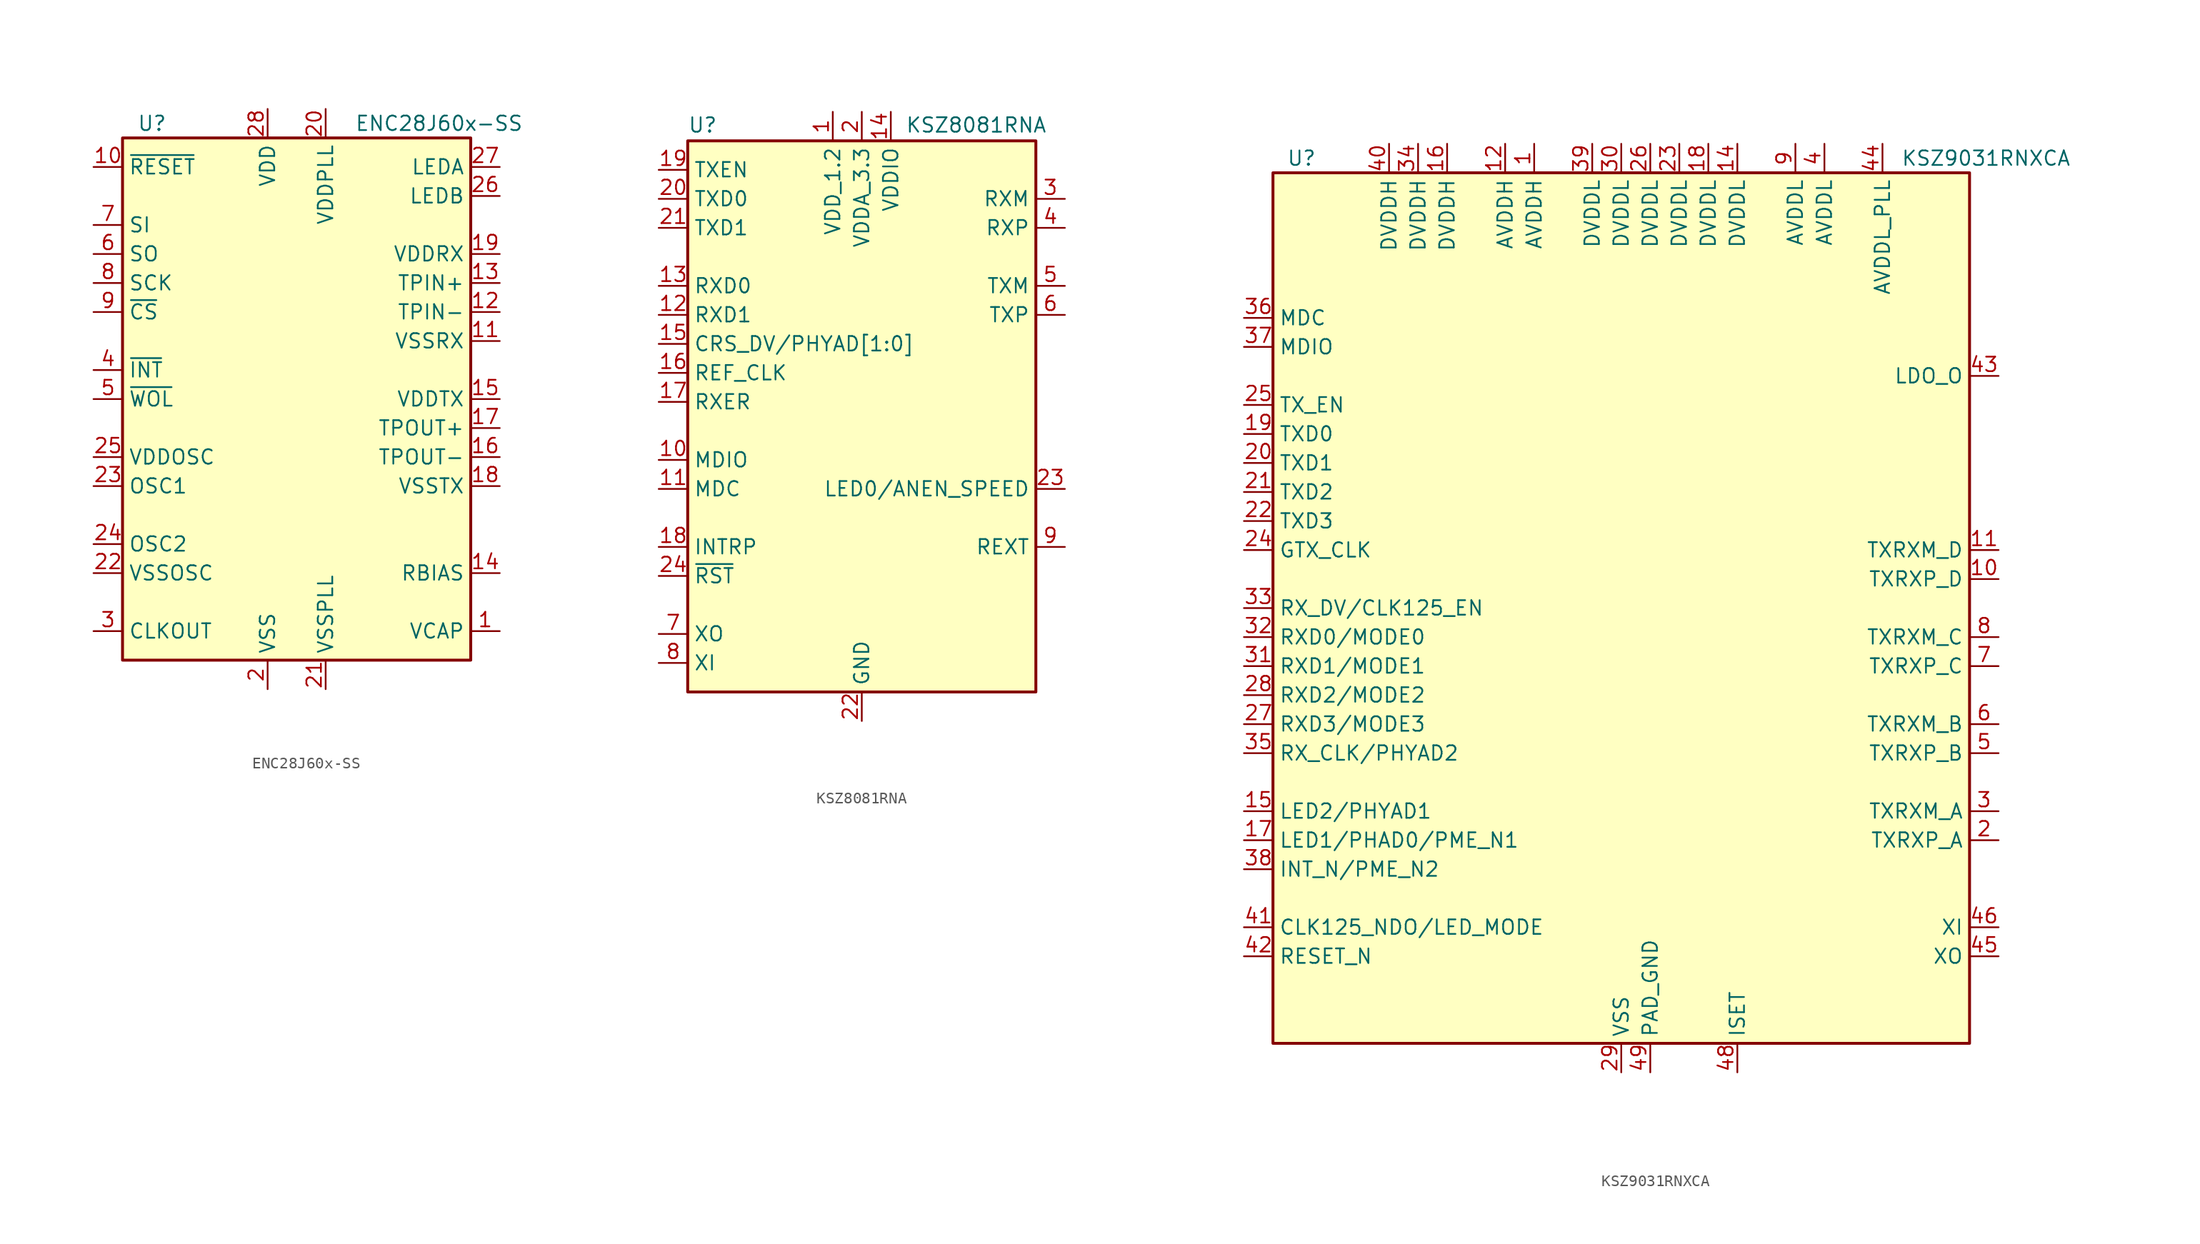
<source format=kicad_sym>
(kicad_symbol_lib
  (version 20220914)
  (generator kicad_symbol_editor)
  (symbol "ENC28J60x-SS"
    (property "Reference" "U"
      (at -13.97 24.13 0)
      (effects (font (size 1.27 1.27)) (justify left)))
    (property "Value" "ENC28J60x-SS"
      (at 5.08 24.13 0)
      (effects (font (size 1.27 1.27)) (justify left)))
    (symbol "ENC28J60x-SS_0_1"
      (rectangle (start -15.24 22.86) (end 15.24 -22.86) (stroke (width 0.254) (type default)) (fill (type background))))
    (symbol "ENC28J60x-SS_1_1"
      (pin input line (at 17.78 -20.32 180) (length 2.54) (name "VCAP" (effects (font (size 1.27 1.27)))) (number "1" (effects (font (size 1.27 1.27)))))
      (pin input line (at -17.78 20.32 0) (length 2.54) (name "~{RESET}" (effects (font (size 1.27 1.27)))) (number "10" (effects (font (size 1.27 1.27)))))
      (pin power_in line (at 17.78 5.08 180) (length 2.54) (name "VSSRX" (effects (font (size 1.27 1.27)))) (number "11" (effects (font (size 1.27 1.27)))))
      (pin input line (at 17.78 7.62 180) (length 2.54) (name "TPIN-" (effects (font (size 1.27 1.27)))) (number "12" (effects (font (size 1.27 1.27)))))
      (pin input line (at 17.78 10.16 180) (length 2.54) (name "TPIN+" (effects (font (size 1.27 1.27)))) (number "13" (effects (font (size 1.27 1.27)))))
      (pin input line (at 17.78 -15.24 180) (length 2.54) (name "RBIAS" (effects (font (size 1.27 1.27)))) (number "14" (effects (font (size 1.27 1.27)))))
      (pin power_in line (at 17.78 0 180) (length 2.54) (name "VDDTX" (effects (font (size 1.27 1.27)))) (number "15" (effects (font (size 1.27 1.27)))))
      (pin output line (at 17.78 -5.08 180) (length 2.54) (name "TPOUT-" (effects (font (size 1.27 1.27)))) (number "16" (effects (font (size 1.27 1.27)))))
      (pin output line (at 17.78 -2.54 180) (length 2.54) (name "TPOUT+" (effects (font (size 1.27 1.27)))) (number "17" (effects (font (size 1.27 1.27)))))
      (pin power_in line (at 17.78 -7.62 180) (length 2.54) (name "VSSTX" (effects (font (size 1.27 1.27)))) (number "18" (effects (font (size 1.27 1.27)))))
      (pin power_in line (at 17.78 12.7 180) (length 2.54) (name "VDDRX" (effects (font (size 1.27 1.27)))) (number "19" (effects (font (size 1.27 1.27)))))
      (pin power_in line (at -2.54 -25.4 90) (length 2.54) (name "VSS" (effects (font (size 1.27 1.27)))) (number "2" (effects (font (size 1.27 1.27)))))
      (pin power_in line (at 2.54 25.4 270) (length 2.54) (name "VDDPLL" (effects (font (size 1.27 1.27)))) (number "20" (effects (font (size 1.27 1.27)))))
      (pin power_in line (at 2.54 -25.4 90) (length 2.54) (name "VSSPLL" (effects (font (size 1.27 1.27)))) (number "21" (effects (font (size 1.27 1.27)))))
      (pin power_in line (at -17.78 -15.24 0) (length 2.54) (name "VSSOSC" (effects (font (size 1.27 1.27)))) (number "22" (effects (font (size 1.27 1.27)))))
      (pin input line (at -17.78 -7.62 0) (length 2.54) (name "OSC1" (effects (font (size 1.27 1.27)))) (number "23" (effects (font (size 1.27 1.27)))))
      (pin input line (at -17.78 -12.7 0) (length 2.54) (name "OSC2" (effects (font (size 1.27 1.27)))) (number "24" (effects (font (size 1.27 1.27)))))
      (pin power_in line (at -17.78 -5.08 0) (length 2.54) (name "VDDOSC" (effects (font (size 1.27 1.27)))) (number "25" (effects (font (size 1.27 1.27)))))
      (pin output line (at 17.78 17.78 180) (length 2.54) (name "LEDB" (effects (font (size 1.27 1.27)))) (number "26" (effects (font (size 1.27 1.27)))))
      (pin output line (at 17.78 20.32 180) (length 2.54) (name "LEDA" (effects (font (size 1.27 1.27)))) (number "27" (effects (font (size 1.27 1.27)))))
      (pin power_in line (at -2.54 25.4 270) (length 2.54) (name "VDD" (effects (font (size 1.27 1.27)))) (number "28" (effects (font (size 1.27 1.27)))))
      (pin output line (at -17.78 -20.32 0) (length 2.54) (name "CLKOUT" (effects (font (size 1.27 1.27)))) (number "3" (effects (font (size 1.27 1.27)))))
      (pin output line (at -17.78 2.54 0) (length 2.54) (name "~{INT}" (effects (font (size 1.27 1.27)))) (number "4" (effects (font (size 1.27 1.27)))))
      (pin output line (at -17.78 0 0) (length 2.54) (name "~{WOL}" (effects (font (size 1.27 1.27)))) (number "5" (effects (font (size 1.27 1.27)))))
      (pin output line (at -17.78 12.7 0) (length 2.54) (name "SO" (effects (font (size 1.27 1.27)))) (number "6" (effects (font (size 1.27 1.27)))))
      (pin input line (at -17.78 15.24 0) (length 2.54) (name "SI" (effects (font (size 1.27 1.27)))) (number "7" (effects (font (size 1.27 1.27)))))
      (pin input line (at -17.78 10.16 0) (length 2.54) (name "SCK" (effects (font (size 1.27 1.27)))) (number "8" (effects (font (size 1.27 1.27)))))
      (pin input line (at -17.78 7.62 0) (length 2.54) (name "~{CS}" (effects (font (size 1.27 1.27)))) (number "9" (effects (font (size 1.27 1.27)))))))
  (symbol "KSZ8081RNA"
    (property "Reference" "U"
      (at -15.24 26.035 0)
      (effects (font (size 1.27 1.27)) (justify left bottom)))
    (property "Value" "KSZ8081RNA"
      (at 3.81 26.035 0)
      (effects (font (size 1.27 1.27)) (justify left bottom)))
    (symbol "KSZ8081RNA_0_1"
      (rectangle (start -15.24 25.4) (end 15.24 -22.86) (stroke (width 0.254) (type default)) (fill (type background))))
    (symbol "KSZ8081RNA_1_1"
      (pin power_out line (at -2.54 27.94 270) (length 2.54) (name "VDD_1.2" (effects (font (size 1.27 1.27)))) (number "1" (effects (font (size 1.27 1.27)))))
      (pin bidirectional line (at -17.78 -2.54 0) (length 2.54) (name "MDIO" (effects (font (size 1.27 1.27)))) (number "10" (effects (font (size 1.27 1.27)))))
      (pin input line (at -17.78 -5.08 0) (length 2.54) (name "MDC" (effects (font (size 1.27 1.27)))) (number "11" (effects (font (size 1.27 1.27)))))
      (pin output line (at -17.78 10.16 0) (length 2.54) (name "RXD1" (effects (font (size 1.27 1.27)))) (number "12" (effects (font (size 1.27 1.27)))))
      (pin output line (at -17.78 12.7 0) (length 2.54) (name "RXD0" (effects (font (size 1.27 1.27)))) (number "13" (effects (font (size 1.27 1.27)))))
      (pin power_in line (at 2.54 27.94 270) (length 2.54) (name "VDDIO" (effects (font (size 1.27 1.27)))) (number "14" (effects (font (size 1.27 1.27)))))
      (pin output line (at -17.78 7.62 0) (length 2.54) (name "CRS_DV/PHYAD[1:0]" (effects (font (size 1.27 1.27)))) (number "15" (effects (font (size 1.27 1.27)))))
      (pin output line (at -17.78 5.08 0) (length 2.54) (name "REF_CLK" (effects (font (size 1.27 1.27)))) (number "16" (effects (font (size 1.27 1.27)))))
      (pin output line (at -17.78 2.54 0) (length 2.54) (name "RXER" (effects (font (size 1.27 1.27)))) (number "17" (effects (font (size 1.27 1.27)))))
      (pin bidirectional line (at -17.78 -10.16 0) (length 2.54) (name "INTRP" (effects (font (size 1.27 1.27)))) (number "18" (effects (font (size 1.27 1.27)))))
      (pin input line (at -17.78 22.86 0) (length 2.54) (name "TXEN" (effects (font (size 1.27 1.27)))) (number "19" (effects (font (size 1.27 1.27)))))
      (pin power_in line (at 0 27.94 270) (length 2.54) (name "VDDA_3.3" (effects (font (size 1.27 1.27)))) (number "2" (effects (font (size 1.27 1.27)))))
      (pin input line (at -17.78 20.32 0) (length 2.54) (name "TXD0" (effects (font (size 1.27 1.27)))) (number "20" (effects (font (size 1.27 1.27)))))
      (pin bidirectional line (at -17.78 17.78 0) (length 2.54) (name "TXD1" (effects (font (size 1.27 1.27)))) (number "21" (effects (font (size 1.27 1.27)))))
      (pin power_in line (at 0 -25.4 90) (length 2.54) (name "GND" (effects (font (size 1.27 1.27)))) (number "22" (effects (font (size 1.27 1.27)))))
      (pin output line (at 17.78 -5.08 180) (length 2.54) (name "LED0/ANEN_SPEED" (effects (font (size 1.27 1.27)))) (number "23" (effects (font (size 1.27 1.27)))))
      (pin input line (at -17.78 -12.7 0) (length 2.54) (name "~{RST}" (effects (font (size 1.27 1.27)))) (number "24" (effects (font (size 1.27 1.27)))))
      (pin passive line (at 0 -25.4 90) (length 2.54) hide (name "GND" (effects (font (size 1.27 1.27)))) (number "25" (effects (font (size 1.27 1.27)))))
      (pin bidirectional line (at 17.78 20.32 180) (length 2.54) (name "RXM" (effects (font (size 1.27 1.27)))) (number "3" (effects (font (size 1.27 1.27)))))
      (pin bidirectional line (at 17.78 17.78 180) (length 2.54) (name "RXP" (effects (font (size 1.27 1.27)))) (number "4" (effects (font (size 1.27 1.27)))))
      (pin bidirectional line (at 17.78 12.7 180) (length 2.54) (name "TXM" (effects (font (size 1.27 1.27)))) (number "5" (effects (font (size 1.27 1.27)))))
      (pin bidirectional line (at 17.78 10.16 180) (length 2.54) (name "TXP" (effects (font (size 1.27 1.27)))) (number "6" (effects (font (size 1.27 1.27)))))
      (pin output line (at -17.78 -17.78 0) (length 2.54) (name "XO" (effects (font (size 1.27 1.27)))) (number "7" (effects (font (size 1.27 1.27)))))
      (pin input line (at -17.78 -20.32 0) (length 2.54) (name "XI" (effects (font (size 1.27 1.27)))) (number "8" (effects (font (size 1.27 1.27)))))
      (pin passive line (at 17.78 -10.16 180) (length 2.54) (name "REXT" (effects (font (size 1.27 1.27)))) (number "9" (effects (font (size 1.27 1.27)))))))
  (symbol "KSZ9031RNXCA"
    (property "Reference" "U"
      (at -26.67 39.37 0)
      (effects (font (size 1.27 1.27)) (justify right)))
    (property "Value" "KSZ9031RNXCA"
      (at 39.37 39.37 0)
      (effects (font (size 1.27 1.27)) (justify right)))
    (symbol "KSZ9031RNXCA_0_1"
      (rectangle (start -30.48 38.1) (end 30.48 -38.1) (stroke (width 0.254) (type default)) (fill (type background))))
    (symbol "KSZ9031RNXCA_1_1"
      (pin power_in line (at -7.62 40.64 270) (length 2.54) (name "AVDDH" (effects (font (size 1.27 1.27)))) (number "1" (effects (font (size 1.27 1.27)))))
      (pin input line (at 33.02 2.54 180) (length 2.54) (name "TXRXP_D" (effects (font (size 1.27 1.27)))) (number "10" (effects (font (size 1.27 1.27)))))
      (pin input line (at 33.02 5.08 180) (length 2.54) (name "TXRXM_D" (effects (font (size 1.27 1.27)))) (number "11" (effects (font (size 1.27 1.27)))))
      (pin power_in line (at -10.16 40.64 270) (length 2.54) (name "AVDDH" (effects (font (size 1.27 1.27)))) (number "12" (effects (font (size 1.27 1.27)))))
      (pin no_connect line (at 30.48 12.7 180) (length 2.54) hide (name "NC" (effects (font (size 1.27 1.27)))) (number "13" (effects (font (size 1.27 1.27)))))
      (pin power_in line (at 10.16 40.64 270) (length 2.54) (name "DVDDL" (effects (font (size 1.27 1.27)))) (number "14" (effects (font (size 1.27 1.27)))))
      (pin bidirectional line (at -33.02 -17.78 0) (length 2.54) (name "LED2/PHYAD1" (effects (font (size 1.27 1.27)))) (number "15" (effects (font (size 1.27 1.27)))))
      (pin power_in line (at -15.24 40.64 270) (length 2.54) (name "DVDDH" (effects (font (size 1.27 1.27)))) (number "16" (effects (font (size 1.27 1.27)))))
      (pin bidirectional line (at -33.02 -20.32 0) (length 2.54) (name "LED1/PHAD0/PME_N1" (effects (font (size 1.27 1.27)))) (number "17" (effects (font (size 1.27 1.27)))))
      (pin power_in line (at 7.62 40.64 270) (length 2.54) (name "DVDDL" (effects (font (size 1.27 1.27)))) (number "18" (effects (font (size 1.27 1.27)))))
      (pin input line (at -33.02 15.24 0) (length 2.54) (name "TXD0" (effects (font (size 1.27 1.27)))) (number "19" (effects (font (size 1.27 1.27)))))
      (pin input line (at 33.02 -20.32 180) (length 2.54) (name "TXRXP_A" (effects (font (size 1.27 1.27)))) (number "2" (effects (font (size 1.27 1.27)))))
      (pin input line (at -33.02 12.7 0) (length 2.54) (name "TXD1" (effects (font (size 1.27 1.27)))) (number "20" (effects (font (size 1.27 1.27)))))
      (pin input line (at -33.02 10.16 0) (length 2.54) (name "TXD2" (effects (font (size 1.27 1.27)))) (number "21" (effects (font (size 1.27 1.27)))))
      (pin input line (at -33.02 7.62 0) (length 2.54) (name "TXD3" (effects (font (size 1.27 1.27)))) (number "22" (effects (font (size 1.27 1.27)))))
      (pin power_in line (at 5.08 40.64 270) (length 2.54) (name "DVDDL" (effects (font (size 1.27 1.27)))) (number "23" (effects (font (size 1.27 1.27)))))
      (pin input line (at -33.02 5.08 0) (length 2.54) (name "GTX_CLK" (effects (font (size 1.27 1.27)))) (number "24" (effects (font (size 1.27 1.27)))))
      (pin input line (at -33.02 17.78 0) (length 2.54) (name "TX_EN" (effects (font (size 1.27 1.27)))) (number "25" (effects (font (size 1.27 1.27)))))
      (pin power_in line (at 2.54 40.64 270) (length 2.54) (name "DVDDL" (effects (font (size 1.27 1.27)))) (number "26" (effects (font (size 1.27 1.27)))))
      (pin input line (at -33.02 -10.16 0) (length 2.54) (name "RXD3/MODE3" (effects (font (size 1.27 1.27)))) (number "27" (effects (font (size 1.27 1.27)))))
      (pin input line (at -33.02 -7.62 0) (length 2.54) (name "RXD2/MODE2" (effects (font (size 1.27 1.27)))) (number "28" (effects (font (size 1.27 1.27)))))
      (pin power_in line (at 0 -40.64 90) (length 2.54) (name "VSS" (effects (font (size 1.27 1.27)))) (number "29" (effects (font (size 1.27 1.27)))))
      (pin input line (at 33.02 -17.78 180) (length 2.54) (name "TXRXM_A" (effects (font (size 1.27 1.27)))) (number "3" (effects (font (size 1.27 1.27)))))
      (pin power_in line (at 0 40.64 270) (length 2.54) (name "DVDDL" (effects (font (size 1.27 1.27)))) (number "30" (effects (font (size 1.27 1.27)))))
      (pin input line (at -33.02 -5.08 0) (length 2.54) (name "RXD1/MODE1" (effects (font (size 1.27 1.27)))) (number "31" (effects (font (size 1.27 1.27)))))
      (pin input line (at -33.02 -2.54 0) (length 2.54) (name "RXD0/MODE0" (effects (font (size 1.27 1.27)))) (number "32" (effects (font (size 1.27 1.27)))))
      (pin input line (at -33.02 0 0) (length 2.54) (name "RX_DV/CLK125_EN" (effects (font (size 1.27 1.27)))) (number "33" (effects (font (size 1.27 1.27)))))
      (pin power_in line (at -17.78 40.64 270) (length 2.54) (name "DVDDH" (effects (font (size 1.27 1.27)))) (number "34" (effects (font (size 1.27 1.27)))))
      (pin input line (at -33.02 -12.7 0) (length 2.54) (name "RX_CLK/PHYAD2" (effects (font (size 1.27 1.27)))) (number "35" (effects (font (size 1.27 1.27)))))
      (pin input line (at -33.02 25.4 0) (length 2.54) (name "MDC" (effects (font (size 1.27 1.27)))) (number "36" (effects (font (size 1.27 1.27)))))
      (pin input line (at -33.02 22.86 0) (length 2.54) (name "MDIO" (effects (font (size 1.27 1.27)))) (number "37" (effects (font (size 1.27 1.27)))))
      (pin input line (at -33.02 -22.86 0) (length 2.54) (name "INT_N/PME_N2" (effects (font (size 1.27 1.27)))) (number "38" (effects (font (size 1.27 1.27)))))
      (pin power_in line (at -2.54 40.64 270) (length 2.54) (name "DVDDL" (effects (font (size 1.27 1.27)))) (number "39" (effects (font (size 1.27 1.27)))))
      (pin power_in line (at 17.78 40.64 270) (length 2.54) (name "AVDDL" (effects (font (size 1.27 1.27)))) (number "4" (effects (font (size 1.27 1.27)))))
      (pin power_in line (at -20.32 40.64 270) (length 2.54) (name "DVDDH" (effects (font (size 1.27 1.27)))) (number "40" (effects (font (size 1.27 1.27)))))
      (pin input line (at -33.02 -27.94 0) (length 2.54) (name "CLK125_NDO/LED_MODE" (effects (font (size 1.27 1.27)))) (number "41" (effects (font (size 1.27 1.27)))))
      (pin input line (at -33.02 -30.48 0) (length 2.54) (name "RESET_N" (effects (font (size 1.27 1.27)))) (number "42" (effects (font (size 1.27 1.27)))))
      (pin input line (at 33.02 20.32 180) (length 2.54) (name "LDO_O" (effects (font (size 1.27 1.27)))) (number "43" (effects (font (size 1.27 1.27)))))
      (pin power_in line (at 22.86 40.64 270) (length 2.54) (name "AVDDL_PLL" (effects (font (size 1.27 1.27)))) (number "44" (effects (font (size 1.27 1.27)))))
      (pin input line (at 33.02 -30.48 180) (length 2.54) (name "XO" (effects (font (size 1.27 1.27)))) (number "45" (effects (font (size 1.27 1.27)))))
      (pin input line (at 33.02 -27.94 180) (length 2.54) (name "XI" (effects (font (size 1.27 1.27)))) (number "46" (effects (font (size 1.27 1.27)))))
      (pin no_connect line (at 30.48 10.16 180) (length 2.54) hide (name "NC" (effects (font (size 1.27 1.27)))) (number "47" (effects (font (size 1.27 1.27)))))
      (pin output line (at 10.16 -40.64 90) (length 2.54) (name "ISET" (effects (font (size 1.27 1.27)))) (number "48" (effects (font (size 1.27 1.27)))))
      (pin power_in line (at 2.54 -40.64 90) (length 2.54) (name "PAD_GND" (effects (font (size 1.27 1.27)))) (number "49" (effects (font (size 1.27 1.27)))))
      (pin input line (at 33.02 -12.7 180) (length 2.54) (name "TXRXP_B" (effects (font (size 1.27 1.27)))) (number "5" (effects (font (size 1.27 1.27)))))
      (pin input line (at 33.02 -10.16 180) (length 2.54) (name "TXRXM_B" (effects (font (size 1.27 1.27)))) (number "6" (effects (font (size 1.27 1.27)))))
      (pin input line (at 33.02 -5.08 180) (length 2.54) (name "TXRXP_C" (effects (font (size 1.27 1.27)))) (number "7" (effects (font (size 1.27 1.27)))))
      (pin input line (at 33.02 -2.54 180) (length 2.54) (name "TXRXM_C" (effects (font (size 1.27 1.27)))) (number "8" (effects (font (size 1.27 1.27)))))
      (pin power_in line (at 15.24 40.64 270) (length 2.54) (name "AVDDL" (effects (font (size 1.27 1.27)))) (number "9" (effects (font (size 1.27 1.27))))))))
</source>
